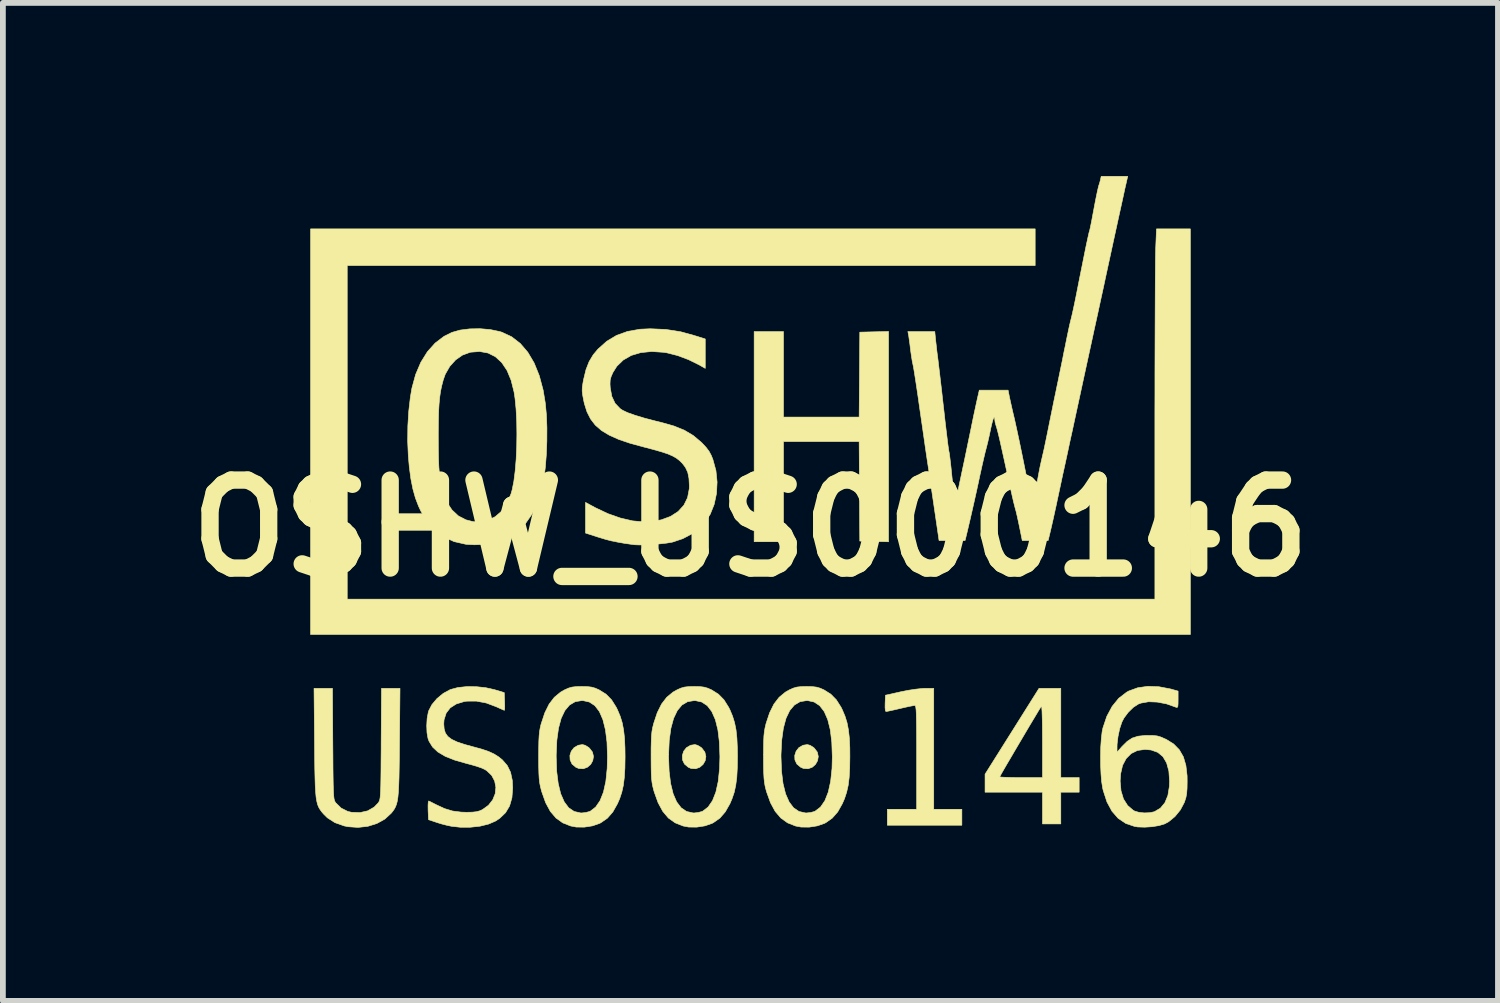
<source format=kicad_pcb>
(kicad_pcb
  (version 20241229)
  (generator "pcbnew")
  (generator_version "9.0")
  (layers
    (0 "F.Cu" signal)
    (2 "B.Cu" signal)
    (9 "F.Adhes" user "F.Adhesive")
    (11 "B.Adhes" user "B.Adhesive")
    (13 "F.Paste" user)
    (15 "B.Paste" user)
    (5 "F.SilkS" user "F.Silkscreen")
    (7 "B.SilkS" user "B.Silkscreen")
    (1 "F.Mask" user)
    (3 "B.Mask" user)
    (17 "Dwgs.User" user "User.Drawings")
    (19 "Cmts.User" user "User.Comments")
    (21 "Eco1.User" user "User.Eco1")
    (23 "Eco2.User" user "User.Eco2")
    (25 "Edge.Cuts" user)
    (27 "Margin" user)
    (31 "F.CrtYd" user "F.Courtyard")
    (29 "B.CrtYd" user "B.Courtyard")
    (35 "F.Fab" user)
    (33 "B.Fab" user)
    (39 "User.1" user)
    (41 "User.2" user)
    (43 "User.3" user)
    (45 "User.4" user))
  (footprint "OSHW_US000146"
    (layer "F.Cu")
    (at 9.95 6.101)
    (property "Reference" "OSHW_US000146" (at 0 0 0) (layer "F.SilkS") (effects (font (size 1.524 1.524) (thickness 0.3))))
    (attr through_hole)
    (fp_poly (pts (xy 2.392 0.234) (xy 2.143 0.228) (xy 1.894 0.222) (xy 1.883 -1.503) (xy 0.572 -1.503) (xy 0.572 0.233) (xy 0.064 0.233) (xy 0.064 -3.408) (xy 0.572 -3.408) (xy 0.572 -1.926) (xy 1.883 -1.926) (xy 1.889 -2.662) (xy 1.894 -3.397) (xy 2.143 -3.403) (xy 2.392 -3.409) (xy 2.392 0.234)) (stroke (width 0.01) (type solid)) (fill yes) (layer "F.SilkS"))
    (fp_poly (pts (xy -2.862 3.76) (xy -2.806 3.795) (xy -2.79 3.808) (xy -2.737 3.877) (xy -2.719 3.953) (xy -2.732 4.026) (xy -2.768 4.091) (xy -2.825 4.14) (xy -2.896 4.166) (xy -2.975 4.161) (xy -3.025 4.14) (xy -3.091 4.084) (xy -3.124 4.013) (xy -3.128 3.936) (xy -3.104 3.862) (xy -3.055 3.8) (xy -2.984 3.759) (xy -2.91 3.747) (xy -2.862 3.76)) (stroke (width 0.01) (type solid)) (fill yes) (layer "F.SilkS"))
    (fp_poly (pts (xy -0.915 3.76) (xy -0.858 3.795) (xy -0.842 3.808) (xy -0.79 3.877) (xy -0.772 3.953) (xy -0.784 4.026) (xy -0.821 4.091) (xy -0.878 4.14) (xy -0.948 4.166) (xy -1.028 4.161) (xy -1.077 4.14) (xy -1.143 4.084) (xy -1.177 4.013) (xy -1.18 3.936) (xy -1.157 3.862) (xy -1.108 3.8) (xy -1.037 3.759) (xy -0.962 3.747) (xy -0.915 3.76)) (stroke (width 0.01) (type solid)) (fill yes) (layer "F.SilkS"))
    (fp_poly (pts (xy 1.033 3.76) (xy 1.089 3.795) (xy 1.105 3.808) (xy 1.158 3.877) (xy 1.175 3.953) (xy 1.163 4.026) (xy 1.126 4.091) (xy 1.07 4.14) (xy 0.999 4.166) (xy 0.919 4.161) (xy 0.87 4.14) (xy 0.804 4.084) (xy 0.77 4.013) (xy 0.767 3.936) (xy 0.791 3.862) (xy 0.839 3.8) (xy 0.91 3.759) (xy 0.985 3.747) (xy 1.033 3.76)) (stroke (width 0.01) (type solid)) (fill yes) (layer "F.SilkS"))
    (fp_poly (pts (xy 4.932 -4.551) (xy -6.985 -4.551) (xy -6.985 1.228) (xy 7.006 1.228) (xy 7.006 -1.646) (xy 7.006 -1.998) (xy 7.007 -2.342) (xy 7.007 -2.677) (xy 7.008 -2.998) (xy 7.009 -3.303) (xy 7.01 -3.59) (xy 7.011 -3.855) (xy 7.012 -4.096) (xy 7.013 -4.309) (xy 7.015 -4.493) (xy 7.016 -4.643) (xy 7.018 -4.758) (xy 7.02 -4.835) (xy 7.02 -4.852) (xy 7.034 -5.186) (xy 7.62 -5.186) (xy 7.62 1.841) (xy -7.62 1.841) (xy -7.62 -5.186) (xy 4.932 -5.186) (xy 4.932 -4.551)) (stroke (width 0.01) (type solid)) (fill yes) (layer "F.SilkS"))
    (fp_poly (pts (xy 3.175 4.868) (xy 3.662 4.868) (xy 3.662 5.144) (xy 2.371 5.144) (xy 2.371 4.868) (xy 2.879 4.868) (xy 2.879 3.969) (xy 2.879 3.748) (xy 2.878 3.566) (xy 2.877 3.419) (xy 2.875 3.303) (xy 2.873 3.215) (xy 2.87 3.152) (xy 2.865 3.109) (xy 2.86 3.084) (xy 2.853 3.072) (xy 2.847 3.069) (xy 2.814 3.074) (xy 2.75 3.086) (xy 2.665 3.105) (xy 2.591 3.122) (xy 2.498 3.144) (xy 2.42 3.161) (xy 2.366 3.172) (xy 2.347 3.175) (xy 2.337 3.156) (xy 2.332 3.104) (xy 2.333 3.034) (xy 2.339 2.892) (xy 2.603 2.833) (xy 2.733 2.807) (xy 2.859 2.788) (xy 2.968 2.776) (xy 3.022 2.773) (xy 3.175 2.773) (xy 3.175 4.868)) (stroke (width 0.01) (type solid)) (fill yes) (layer "F.SilkS"))
    (fp_poly (pts (xy 5.376 4.318) (xy 5.694 4.318) (xy 5.694 4.572) (xy 5.376 4.572) (xy 5.376 5.122) (xy 5.059 5.122) (xy 5.059 4.572) (xy 4.064 4.572) (xy 4.064 4.307) (xy 4.318 4.307) (xy 4.338 4.31) (xy 4.394 4.313) (xy 4.478 4.316) (xy 4.584 4.318) (xy 4.688 4.318) (xy 5.059 4.318) (xy 5.059 3.689) (xy 5.058 3.532) (xy 5.057 3.391) (xy 5.054 3.27) (xy 5.051 3.175) (xy 5.047 3.111) (xy 5.043 3.082) (xy 5.041 3.081) (xy 5.026 3.104) (xy 4.992 3.158) (xy 4.945 3.237) (xy 4.885 3.337) (xy 4.816 3.452) (xy 4.743 3.576) (xy 4.666 3.706) (xy 4.59 3.835) (xy 4.518 3.958) (xy 4.452 4.07) (xy 4.396 4.166) (xy 4.353 4.241) (xy 4.326 4.29) (xy 4.318 4.307) (xy 4.064 4.307) (xy 4.064 4.26) (xy 4.532 3.516) (xy 4.999 2.773) (xy 5.376 2.773) (xy 5.376 4.318)) (stroke (width 0.01) (type solid)) (fill yes) (layer "F.SilkS"))
    (fp_poly (pts (xy -7.235 3.734) (xy -7.233 3.961) (xy -7.232 4.15) (xy -7.23 4.303) (xy -7.228 4.426) (xy -7.225 4.522) (xy -7.222 4.596) (xy -7.218 4.649) (xy -7.213 4.688) (xy -7.206 4.715) (xy -7.198 4.734) (xy -7.188 4.75) (xy -7.184 4.756) (xy -7.091 4.847) (xy -6.976 4.905) (xy -6.911 4.92) (xy -6.762 4.925) (xy -6.63 4.895) (xy -6.518 4.83) (xy -6.447 4.756) (xy -6.437 4.74) (xy -6.428 4.723) (xy -6.421 4.699) (xy -6.415 4.665) (xy -6.411 4.618) (xy -6.407 4.552) (xy -6.404 4.465) (xy -6.402 4.352) (xy -6.4 4.21) (xy -6.399 4.035) (xy -6.397 3.823) (xy -6.397 3.734) (xy -6.391 2.773) (xy -6.071 2.773) (xy -6.08 3.709) (xy -6.082 3.95) (xy -6.085 4.152) (xy -6.088 4.319) (xy -6.093 4.457) (xy -6.099 4.568) (xy -6.107 4.656) (xy -6.118 4.727) (xy -6.132 4.782) (xy -6.15 4.828) (xy -6.171 4.867) (xy -6.197 4.904) (xy -6.224 4.937) (xy -6.334 5.038) (xy -6.471 5.114) (xy -6.628 5.163) (xy -6.797 5.182) (xy -6.97 5.17) (xy -7.038 5.156) (xy -7.199 5.099) (xy -7.328 5.016) (xy -7.396 4.949) (xy -7.429 4.91) (xy -7.456 4.872) (xy -7.479 4.833) (xy -7.498 4.787) (xy -7.512 4.73) (xy -7.524 4.66) (xy -7.532 4.572) (xy -7.539 4.461) (xy -7.543 4.324) (xy -7.547 4.157) (xy -7.549 3.956) (xy -7.551 3.716) (xy -7.551 3.709) (xy -7.56 2.773) (xy -7.241 2.773) (xy -7.235 3.734)) (stroke (width 0.01) (type solid)) (fill yes) (layer "F.SilkS"))
    (fp_poly (pts (xy -2.823 2.743) (xy -2.751 2.752) (xy -2.688 2.77) (xy -2.621 2.8) (xy -2.502 2.874) (xy -2.406 2.972) (xy -2.325 3.101) (xy -2.304 3.144) (xy -2.257 3.255) (xy -2.222 3.368) (xy -2.198 3.492) (xy -2.182 3.633) (xy -2.174 3.802) (xy -2.172 3.958) (xy -2.175 4.154) (xy -2.185 4.316) (xy -2.202 4.453) (xy -2.229 4.573) (xy -2.266 4.685) (xy -2.304 4.772) (xy -2.384 4.914) (xy -2.477 5.021) (xy -2.59 5.1) (xy -2.612 5.112) (xy -2.736 5.155) (xy -2.877 5.177) (xy -3.017 5.176) (xy -3.113 5.158) (xy -3.252 5.103) (xy -3.369 5.019) (xy -3.467 4.904) (xy -3.548 4.754) (xy -3.614 4.568) (xy -3.624 4.533) (xy -3.64 4.469) (xy -3.652 4.405) (xy -3.66 4.334) (xy -3.665 4.246) (xy -3.668 4.135) (xy -3.669 3.991) (xy -3.669 3.958) (xy -3.365 3.958) (xy -3.357 4.208) (xy -3.33 4.422) (xy -3.287 4.6) (xy -3.226 4.739) (xy -3.149 4.842) (xy -3.054 4.906) (xy -2.944 4.931) (xy -2.925 4.932) (xy -2.852 4.924) (xy -2.786 4.906) (xy -2.774 4.901) (xy -2.681 4.829) (xy -2.605 4.718) (xy -2.546 4.57) (xy -2.505 4.384) (xy -2.482 4.161) (xy -2.477 3.958) (xy -2.485 3.707) (xy -2.512 3.492) (xy -2.556 3.315) (xy -2.617 3.175) (xy -2.695 3.073) (xy -2.791 3.01) (xy -2.903 2.985) (xy -2.921 2.985) (xy -3.036 3.004) (xy -3.134 3.062) (xy -3.215 3.158) (xy -3.279 3.292) (xy -3.325 3.464) (xy -3.354 3.673) (xy -3.365 3.92) (xy -3.365 3.958) (xy -3.669 3.958) (xy -3.668 3.807) (xy -3.666 3.69) (xy -3.661 3.598) (xy -3.654 3.524) (xy -3.643 3.46) (xy -3.628 3.396) (xy -3.624 3.383) (xy -3.562 3.196) (xy -3.487 3.045) (xy -3.397 2.928) (xy -3.288 2.838) (xy -3.221 2.8) (xy -3.152 2.769) (xy -3.089 2.751) (xy -3.017 2.743) (xy -2.921 2.741) (xy -2.823 2.743)) (stroke (width 0.01) (type solid)) (fill yes) (layer "F.SilkS"))
    (fp_poly (pts (xy -0.876 2.743) (xy -0.803 2.752) (xy -0.741 2.77) (xy -0.673 2.8) (xy -0.555 2.874) (xy -0.459 2.972) (xy -0.378 3.101) (xy -0.356 3.144) (xy -0.31 3.255) (xy -0.275 3.368) (xy -0.25 3.492) (xy -0.235 3.633) (xy -0.227 3.802) (xy -0.225 3.958) (xy -0.228 4.154) (xy -0.237 4.316) (xy -0.255 4.453) (xy -0.281 4.573) (xy -0.319 4.685) (xy -0.356 4.772) (xy -0.437 4.914) (xy -0.53 5.021) (xy -0.642 5.1) (xy -0.665 5.112) (xy -0.788 5.155) (xy -0.93 5.177) (xy -1.07 5.176) (xy -1.165 5.158) (xy -1.304 5.103) (xy -1.422 5.019) (xy -1.519 4.904) (xy -1.6 4.754) (xy -1.667 4.568) (xy -1.677 4.533) (xy -1.693 4.469) (xy -1.705 4.405) (xy -1.713 4.334) (xy -1.718 4.246) (xy -1.72 4.135) (xy -1.721 3.991) (xy -1.721 3.958) (xy -1.418 3.958) (xy -1.409 4.208) (xy -1.383 4.422) (xy -1.339 4.6) (xy -1.279 4.739) (xy -1.201 4.842) (xy -1.107 4.906) (xy -0.996 4.931) (xy -0.978 4.932) (xy -0.905 4.924) (xy -0.838 4.906) (xy -0.827 4.901) (xy -0.733 4.829) (xy -0.657 4.718) (xy -0.599 4.57) (xy -0.558 4.384) (xy -0.535 4.161) (xy -0.529 3.958) (xy -0.538 3.707) (xy -0.564 3.492) (xy -0.608 3.315) (xy -0.67 3.175) (xy -0.748 3.073) (xy -0.844 3.01) (xy -0.956 2.985) (xy -0.974 2.985) (xy -1.089 3.004) (xy -1.187 3.062) (xy -1.267 3.158) (xy -1.331 3.292) (xy -1.378 3.464) (xy -1.407 3.673) (xy -1.418 3.92) (xy -1.418 3.958) (xy -1.721 3.958) (xy -1.721 3.807) (xy -1.718 3.69) (xy -1.714 3.598) (xy -1.707 3.524) (xy -1.696 3.46) (xy -1.68 3.396) (xy -1.677 3.383) (xy -1.615 3.196) (xy -1.54 3.045) (xy -1.45 2.928) (xy -1.341 2.838) (xy -1.274 2.8) (xy -1.205 2.769) (xy -1.142 2.751) (xy -1.069 2.743) (xy -0.974 2.741) (xy -0.876 2.743)) (stroke (width 0.01) (type solid)) (fill yes) (layer "F.SilkS"))
    (fp_poly (pts (xy 1.072 2.743) (xy 1.144 2.752) (xy 1.207 2.77) (xy 1.274 2.8) (xy 1.392 2.874) (xy 1.488 2.972) (xy 1.57 3.101) (xy 1.591 3.144) (xy 1.638 3.255) (xy 1.673 3.368) (xy 1.697 3.492) (xy 1.713 3.633) (xy 1.721 3.802) (xy 1.722 3.958) (xy 1.719 4.154) (xy 1.71 4.316) (xy 1.693 4.453) (xy 1.666 4.573) (xy 1.629 4.685) (xy 1.591 4.772) (xy 1.511 4.914) (xy 1.417 5.021) (xy 1.305 5.1) (xy 1.282 5.112) (xy 1.159 5.155) (xy 1.018 5.177) (xy 0.877 5.176) (xy 0.782 5.158) (xy 0.643 5.103) (xy 0.526 5.019) (xy 0.428 4.904) (xy 0.347 4.754) (xy 0.28 4.568) (xy 0.27 4.533) (xy 0.254 4.469) (xy 0.243 4.405) (xy 0.235 4.334) (xy 0.23 4.246) (xy 0.227 4.135) (xy 0.226 3.991) (xy 0.226 3.958) (xy 0.529 3.958) (xy 0.538 4.208) (xy 0.564 4.422) (xy 0.608 4.6) (xy 0.669 4.739) (xy 0.746 4.842) (xy 0.84 4.906) (xy 0.951 4.931) (xy 0.969 4.932) (xy 1.043 4.924) (xy 1.109 4.906) (xy 1.12 4.901) (xy 1.214 4.829) (xy 1.29 4.718) (xy 1.348 4.57) (xy 1.389 4.384) (xy 1.413 4.161) (xy 1.418 3.958) (xy 1.409 3.707) (xy 1.383 3.492) (xy 1.339 3.315) (xy 1.278 3.175) (xy 1.199 3.073) (xy 1.104 3.01) (xy 0.991 2.985) (xy 0.974 2.985) (xy 0.859 3.004) (xy 0.761 3.062) (xy 0.68 3.158) (xy 0.616 3.292) (xy 0.57 3.464) (xy 0.541 3.673) (xy 0.529 3.92) (xy 0.529 3.958) (xy 0.226 3.958) (xy 0.227 3.807) (xy 0.229 3.69) (xy 0.233 3.598) (xy 0.241 3.524) (xy 0.252 3.46) (xy 0.267 3.396) (xy 0.27 3.383) (xy 0.332 3.196) (xy 0.407 3.045) (xy 0.497 2.928) (xy 0.606 2.838) (xy 0.673 2.8) (xy 0.743 2.769) (xy 0.805 2.751) (xy 0.878 2.743) (xy 0.974 2.741) (xy 1.072 2.743)) (stroke (width 0.01) (type solid)) (fill yes) (layer "F.SilkS"))
    (fp_poly (pts (xy -4.751 2.744) (xy -4.585 2.762) (xy -4.434 2.796) (xy -4.265 2.847) (xy -4.259 3) (xy -4.257 3.075) (xy -4.258 3.129) (xy -4.262 3.153) (xy -4.262 3.154) (xy -4.285 3.145) (xy -4.335 3.123) (xy -4.401 3.093) (xy -4.403 3.092) (xy -4.576 3.027) (xy -4.749 2.994) (xy -4.913 2.995) (xy -4.957 3.001) (xy -5.095 3.043) (xy -5.2 3.11) (xy -5.271 3.202) (xy -5.308 3.318) (xy -5.313 3.39) (xy -5.306 3.476) (xy -5.285 3.547) (xy -5.243 3.606) (xy -5.176 3.657) (xy -5.081 3.702) (xy -4.952 3.745) (xy -4.802 3.786) (xy -4.652 3.827) (xy -4.535 3.867) (xy -4.442 3.91) (xy -4.364 3.959) (xy -4.298 4.012) (xy -4.213 4.11) (xy -4.156 4.226) (xy -4.126 4.366) (xy -4.119 4.498) (xy -4.132 4.669) (xy -4.173 4.811) (xy -4.243 4.928) (xy -4.346 5.026) (xy -4.416 5.072) (xy -4.536 5.124) (xy -4.686 5.161) (xy -4.853 5.179) (xy -5.029 5.179) (xy -5.18 5.162) (xy -5.261 5.145) (xy -5.357 5.12) (xy -5.434 5.096) (xy -5.577 5.048) (xy -5.584 4.882) (xy -5.585 4.806) (xy -5.582 4.75) (xy -5.575 4.724) (xy -5.573 4.724) (xy -5.546 4.737) (xy -5.495 4.763) (xy -5.45 4.786) (xy -5.3 4.856) (xy -5.16 4.898) (xy -5.013 4.917) (xy -4.921 4.92) (xy -4.819 4.918) (xy -4.745 4.91) (xy -4.687 4.894) (xy -4.643 4.874) (xy -4.539 4.799) (xy -4.465 4.705) (xy -4.422 4.599) (xy -4.41 4.488) (xy -4.431 4.379) (xy -4.483 4.281) (xy -4.569 4.199) (xy -4.604 4.177) (xy -4.659 4.152) (xy -4.743 4.123) (xy -4.843 4.094) (xy -4.92 4.074) (xy -5.123 4.016) (xy -5.287 3.951) (xy -5.414 3.876) (xy -5.506 3.79) (xy -5.567 3.691) (xy -5.585 3.644) (xy -5.603 3.543) (xy -5.608 3.421) (xy -5.601 3.296) (xy -5.581 3.187) (xy -5.574 3.163) (xy -5.518 3.055) (xy -5.431 2.951) (xy -5.322 2.861) (xy -5.203 2.796) (xy -5.196 2.793) (xy -5.069 2.759) (xy -4.917 2.743) (xy -4.751 2.744)) (stroke (width 0.01) (type solid)) (fill yes) (layer "F.SilkS"))
    (fp_poly (pts (xy 7.075 2.745) (xy 7.274 2.783) (xy 7.286 2.786) (xy 7.408 2.821) (xy 7.408 2.968) (xy 7.407 3.045) (xy 7.403 3.088) (xy 7.392 3.104) (xy 7.374 3.101) (xy 7.371 3.1) (xy 7.208 3.042) (xy 7.047 3.011) (xy 6.897 3.005) (xy 6.767 3.028) (xy 6.72 3.045) (xy 6.632 3.102) (xy 6.545 3.187) (xy 6.471 3.286) (xy 6.435 3.355) (xy 6.396 3.471) (xy 6.367 3.607) (xy 6.351 3.741) (xy 6.35 3.785) (xy 6.35 3.879) (xy 6.437 3.78) (xy 6.526 3.692) (xy 6.614 3.634) (xy 6.714 3.602) (xy 6.839 3.589) (xy 6.88 3.589) (xy 6.975 3.59) (xy 7.044 3.597) (xy 7.106 3.615) (xy 7.177 3.646) (xy 7.204 3.658) (xy 7.331 3.737) (xy 7.428 3.836) (xy 7.499 3.959) (xy 7.543 4.109) (xy 7.564 4.29) (xy 7.565 4.392) (xy 7.563 4.508) (xy 7.556 4.596) (xy 7.543 4.667) (xy 7.521 4.734) (xy 7.515 4.751) (xy 7.447 4.879) (xy 7.354 4.993) (xy 7.245 5.083) (xy 7.175 5.121) (xy 7.078 5.15) (xy 6.956 5.17) (xy 6.828 5.178) (xy 6.709 5.174) (xy 6.654 5.165) (xy 6.501 5.113) (xy 6.37 5.025) (xy 6.262 4.901) (xy 6.176 4.742) (xy 6.112 4.546) (xy 6.102 4.505) (xy 6.085 4.398) (xy 6.083 4.381) (xy 6.404 4.381) (xy 6.419 4.548) (xy 6.462 4.69) (xy 6.534 4.803) (xy 6.631 4.886) (xy 6.657 4.9) (xy 6.729 4.921) (xy 6.823 4.931) (xy 6.919 4.927) (xy 6.999 4.91) (xy 6.999 4.909) (xy 7.101 4.849) (xy 7.179 4.755) (xy 7.231 4.629) (xy 7.257 4.471) (xy 7.26 4.381) (xy 7.248 4.206) (xy 7.209 4.065) (xy 7.146 3.957) (xy 7.056 3.882) (xy 6.941 3.841) (xy 6.835 3.831) (xy 6.704 3.849) (xy 6.594 3.903) (xy 6.508 3.99) (xy 6.446 4.107) (xy 6.412 4.255) (xy 6.404 4.381) (xy 6.083 4.381) (xy 6.073 4.263) (xy 6.066 4.109) (xy 6.065 3.948) (xy 6.068 3.789) (xy 6.078 3.645) (xy 6.092 3.524) (xy 6.105 3.461) (xy 6.173 3.258) (xy 6.266 3.085) (xy 6.38 2.945) (xy 6.515 2.841) (xy 6.554 2.819) (xy 6.708 2.763) (xy 6.884 2.738) (xy 7.075 2.745)) (stroke (width 0.01) (type solid)) (fill yes) (layer "F.SilkS"))
    (fp_poly (pts (xy -4.508 -3.442) (xy -4.346 -3.408) (xy -4.306 -3.396) (xy -4.137 -3.317) (xy -3.987 -3.201) (xy -3.857 -3.049) (xy -3.747 -2.863) (xy -3.658 -2.643) (xy -3.591 -2.392) (xy -3.554 -2.168) (xy -3.535 -1.967) (xy -3.526 -1.744) (xy -3.527 -1.511) (xy -3.536 -1.276) (xy -3.554 -1.051) (xy -3.58 -0.845) (xy -3.614 -0.669) (xy -3.62 -0.644) (xy -3.69 -0.434) (xy -3.785 -0.243) (xy -3.901 -0.077) (xy -4.036 0.061) (xy -4.185 0.167) (xy -4.345 0.235) (xy -4.368 0.242) (xy -4.492 0.266) (xy -4.637 0.281) (xy -4.783 0.286) (xy -4.911 0.279) (xy -4.932 0.277) (xy -5.134 0.231) (xy -5.312 0.151) (xy -5.466 0.037) (xy -5.599 -0.113) (xy -5.711 -0.3) (xy -5.749 -0.381) (xy -5.804 -0.525) (xy -5.848 -0.682) (xy -5.883 -0.859) (xy -5.91 -1.064) (xy -5.927 -1.261) (xy -5.938 -1.509) (xy -5.937 -1.587) (xy -5.408 -1.587) (xy -5.407 -1.38) (xy -5.404 -1.207) (xy -5.398 -1.064) (xy -5.388 -0.942) (xy -5.374 -0.836) (xy -5.356 -0.737) (xy -5.332 -0.64) (xy -5.322 -0.606) (xy -5.259 -0.449) (xy -5.17 -0.317) (xy -5.06 -0.214) (xy -4.931 -0.147) (xy -4.928 -0.146) (xy -4.804 -0.114) (xy -4.69 -0.11) (xy -4.566 -0.135) (xy -4.553 -0.139) (xy -4.422 -0.2) (xy -4.309 -0.297) (xy -4.218 -0.43) (xy -4.148 -0.596) (xy -4.128 -0.666) (xy -4.099 -0.811) (xy -4.076 -0.99) (xy -4.059 -1.193) (xy -4.049 -1.41) (xy -4.046 -1.633) (xy -4.049 -1.854) (xy -4.06 -2.062) (xy -4.078 -2.248) (xy -4.095 -2.36) (xy -4.146 -2.564) (xy -4.217 -2.734) (xy -4.309 -2.871) (xy -4.419 -2.972) (xy -4.547 -3.036) (xy -4.69 -3.062) (xy -4.848 -3.05) (xy -4.857 -3.048) (xy -4.988 -3) (xy -5.107 -2.917) (xy -5.209 -2.804) (xy -5.287 -2.668) (xy -5.321 -2.572) (xy -5.347 -2.473) (xy -5.368 -2.375) (xy -5.383 -2.271) (xy -5.394 -2.154) (xy -5.402 -2.018) (xy -5.406 -1.856) (xy -5.408 -1.661) (xy -5.408 -1.587) (xy -5.937 -1.587) (xy -5.935 -1.77) (xy -5.919 -2.029) (xy -5.891 -2.272) (xy -5.864 -2.43) (xy -5.8 -2.664) (xy -5.71 -2.875) (xy -5.597 -3.057) (xy -5.462 -3.208) (xy -5.308 -3.325) (xy -5.171 -3.393) (xy -5.03 -3.433) (xy -4.863 -3.454) (xy -4.684 -3.457) (xy -4.508 -3.442)) (stroke (width 0.01) (type solid)) (fill yes) (layer "F.SilkS"))
    (fp_poly (pts (xy -1.465 -3.444) (xy -1.209 -3.404) (xy -0.979 -3.341) (xy -0.783 -3.279) (xy -0.783 -2.77) (xy -0.894 -2.833) (xy -1.073 -2.921) (xy -1.263 -2.992) (xy -1.447 -3.039) (xy -1.504 -3.048) (xy -1.712 -3.062) (xy -1.9 -3.043) (xy -2.065 -2.994) (xy -2.204 -2.914) (xy -2.315 -2.806) (xy -2.383 -2.698) (xy -2.414 -2.627) (xy -2.43 -2.567) (xy -2.433 -2.498) (xy -2.429 -2.435) (xy -2.402 -2.285) (xy -2.345 -2.164) (xy -2.257 -2.072) (xy -2.217 -2.045) (xy -2.129 -2.003) (xy -2.002 -1.958) (xy -1.841 -1.909) (xy -1.647 -1.858) (xy -1.543 -1.833) (xy -1.327 -1.772) (xy -1.145 -1.698) (xy -0.99 -1.606) (xy -0.856 -1.493) (xy -0.845 -1.483) (xy -0.77 -1.403) (xy -0.717 -1.333) (xy -0.678 -1.26) (xy -0.651 -1.192) (xy -0.598 -0.999) (xy -0.578 -0.801) (xy -0.588 -0.604) (xy -0.628 -0.415) (xy -0.697 -0.243) (xy -0.793 -0.093) (xy -0.864 -0.016) (xy -1.006 0.092) (xy -1.172 0.18) (xy -1.348 0.239) (xy -1.373 0.244) (xy -1.458 0.258) (xy -1.567 0.27) (xy -1.688 0.28) (xy -1.809 0.286) (xy -1.917 0.289) (xy -1.999 0.286) (xy -2.021 0.284) (xy -2.177 0.262) (xy -2.302 0.24) (xy -2.41 0.218) (xy -2.511 0.192) (xy -2.619 0.159) (xy -2.63 0.156) (xy -2.857 0.083) (xy -2.857 -0.448) (xy -2.683 -0.354) (xy -2.469 -0.253) (xy -2.253 -0.177) (xy -2.042 -0.128) (xy -1.845 -0.11) (xy -1.737 -0.113) (xy -1.545 -0.146) (xy -1.383 -0.206) (xy -1.252 -0.291) (xy -1.153 -0.4) (xy -1.089 -0.531) (xy -1.06 -0.683) (xy -1.058 -0.729) (xy -1.065 -0.863) (xy -1.086 -0.968) (xy -1.126 -1.054) (xy -1.18 -1.125) (xy -1.23 -1.174) (xy -1.286 -1.217) (xy -1.354 -1.255) (xy -1.44 -1.291) (xy -1.551 -1.327) (xy -1.692 -1.367) (xy -1.841 -1.406) (xy -2.081 -1.471) (xy -2.282 -1.539) (xy -2.447 -1.613) (xy -2.581 -1.694) (xy -2.688 -1.787) (xy -2.77 -1.894) (xy -2.832 -2.017) (xy -2.877 -2.159) (xy -2.89 -2.22) (xy -2.907 -2.31) (xy -2.915 -2.377) (xy -2.913 -2.44) (xy -2.902 -2.515) (xy -2.89 -2.579) (xy -2.849 -2.748) (xy -2.795 -2.886) (xy -2.724 -3.005) (xy -2.642 -3.103) (xy -2.49 -3.239) (xy -2.32 -3.341) (xy -2.129 -3.41) (xy -1.914 -3.448) (xy -1.736 -3.456) (xy -1.465 -3.444)) (stroke (width 0.01) (type solid)) (fill yes) (layer "F.SilkS"))
    (fp_poly (pts (xy 6.505 -5.964) (xy 6.485 -5.878) (xy 6.458 -5.752) (xy 6.422 -5.588) (xy 6.378 -5.389) (xy 6.327 -5.155) (xy 6.269 -4.889) (xy 6.244 -4.773) (xy 6.203 -4.585) (xy 6.161 -4.391) (xy 6.117 -4.185) (xy 6.068 -3.961) (xy 6.014 -3.711) (xy 5.952 -3.429) (xy 5.927 -3.313) (xy 5.853 -2.973) (xy 5.786 -2.665) (xy 5.724 -2.378) (xy 5.664 -2.101) (xy 5.61 -1.852) (xy 5.575 -1.689) (xy 5.534 -1.504) (xy 5.494 -1.315) (xy 5.456 -1.14) (xy 5.438 -1.058) (xy 5.406 -0.913) (xy 5.374 -0.762) (xy 5.343 -0.617) (xy 5.316 -0.492) (xy 5.302 -0.423) (xy 5.275 -0.301) (xy 5.246 -0.168) (xy 5.218 -0.045) (xy 5.204 0.016) (xy 5.157 0.212) (xy 4.708 0.212) (xy 4.66 -0.026) (xy 4.638 -0.13) (xy 4.617 -0.225) (xy 4.599 -0.301) (xy 4.588 -0.339) (xy 4.576 -0.385) (xy 4.556 -0.464) (xy 4.533 -0.565) (xy 4.507 -0.679) (xy 4.495 -0.73) (xy 4.464 -0.873) (xy 4.428 -1.038) (xy 4.391 -1.207) (xy 4.357 -1.361) (xy 4.351 -1.386) (xy 4.325 -1.504) (xy 4.3 -1.61) (xy 4.278 -1.697) (xy 4.262 -1.755) (xy 4.255 -1.774) (xy 4.238 -1.834) (xy 4.233 -1.878) (xy 4.229 -1.918) (xy 4.219 -1.92) (xy 4.203 -1.888) (xy 4.185 -1.825) (xy 4.164 -1.736) (xy 4.16 -1.714) (xy 4.137 -1.607) (xy 4.111 -1.492) (xy 4.086 -1.393) (xy 4.084 -1.386) (xy 4.064 -1.309) (xy 4.039 -1.203) (xy 4.011 -1.081) (xy 3.984 -0.958) (xy 3.98 -0.942) (xy 3.95 -0.8) (xy 3.915 -0.639) (xy 3.877 -0.469) (xy 3.839 -0.301) (xy 3.803 -0.144) (xy 3.771 -0.008) (xy 3.746 0.098) (xy 3.745 0.101) (xy 3.718 0.212) (xy 3.267 0.212) (xy 3.198 -0.259) (xy 3.172 -0.436) (xy 3.142 -0.638) (xy 3.112 -0.848) (xy 3.082 -1.048) (xy 3.058 -1.206) (xy 3.033 -1.375) (xy 3.005 -1.572) (xy 2.975 -1.78) (xy 2.945 -1.986) (xy 2.918 -2.174) (xy 2.913 -2.212) (xy 2.891 -2.362) (xy 2.87 -2.502) (xy 2.851 -2.626) (xy 2.835 -2.727) (xy 2.823 -2.797) (xy 2.817 -2.826) (xy 2.804 -2.886) (xy 2.79 -2.973) (xy 2.776 -3.07) (xy 2.772 -3.101) (xy 2.761 -3.194) (xy 2.749 -3.277) (xy 2.741 -3.336) (xy 2.738 -3.35) (xy 2.727 -3.408) (xy 3.193 -3.408) (xy 3.207 -3.265) (xy 3.217 -3.18) (xy 3.229 -3.07) (xy 3.244 -2.955) (xy 3.251 -2.9) (xy 3.26 -2.821) (xy 3.274 -2.708) (xy 3.29 -2.568) (xy 3.309 -2.409) (xy 3.328 -2.238) (xy 3.348 -2.063) (xy 3.353 -2.021) (xy 3.371 -1.858) (xy 3.389 -1.708) (xy 3.405 -1.576) (xy 3.418 -1.467) (xy 3.429 -1.387) (xy 3.436 -1.341) (xy 3.438 -1.333) (xy 3.444 -1.302) (xy 3.453 -1.237) (xy 3.464 -1.146) (xy 3.476 -1.038) (xy 3.481 -0.984) (xy 3.497 -0.832) (xy 3.51 -0.717) (xy 3.521 -0.635) (xy 3.53 -0.58) (xy 3.538 -0.547) (xy 3.547 -0.532) (xy 3.553 -0.529) (xy 3.567 -0.548) (xy 3.583 -0.596) (xy 3.593 -0.64) (xy 3.605 -0.696) (xy 3.623 -0.784) (xy 3.647 -0.897) (xy 3.674 -1.025) (xy 3.703 -1.16) (xy 3.704 -1.164) (xy 3.735 -1.313) (xy 3.767 -1.468) (xy 3.798 -1.617) (xy 3.825 -1.747) (xy 3.842 -1.831) (xy 3.866 -1.948) (xy 3.892 -2.068) (xy 3.915 -2.175) (xy 3.929 -2.238) (xy 3.964 -2.392) (xy 4.463 -2.392) (xy 4.487 -2.27) (xy 4.505 -2.188) (xy 4.528 -2.085) (xy 4.551 -1.985) (xy 4.553 -1.979) (xy 4.58 -1.863) (xy 4.614 -1.708) (xy 4.655 -1.517) (xy 4.701 -1.294) (xy 4.752 -1.042) (xy 4.785 -0.878) (xy 4.808 -0.766) (xy 4.829 -0.666) (xy 4.846 -0.588) (xy 4.857 -0.54) (xy 4.86 -0.529) (xy 4.876 -0.51) (xy 4.896 -0.531) (xy 4.919 -0.593) (xy 4.944 -0.693) (xy 4.972 -0.831) (xy 4.974 -0.84) (xy 4.995 -0.955) (xy 5.017 -1.067) (xy 5.038 -1.162) (xy 5.053 -1.228) (xy 5.067 -1.288) (xy 5.088 -1.38) (xy 5.112 -1.494) (xy 5.138 -1.62) (xy 5.155 -1.704) (xy 5.186 -1.859) (xy 5.222 -2.035) (xy 5.258 -2.213) (xy 5.292 -2.373) (xy 5.3 -2.413) (xy 5.331 -2.561) (xy 5.366 -2.732) (xy 5.403 -2.91) (xy 5.436 -3.078) (xy 5.45 -3.143) (xy 5.476 -3.273) (xy 5.502 -3.397) (xy 5.525 -3.505) (xy 5.544 -3.587) (xy 5.555 -3.63) (xy 5.569 -3.688) (xy 5.589 -3.777) (xy 5.613 -3.888) (xy 5.638 -4.01) (xy 5.651 -4.075) (xy 5.703 -4.339) (xy 5.748 -4.562) (xy 5.785 -4.747) (xy 5.815 -4.895) (xy 5.839 -5.006) (xy 5.856 -5.083) (xy 5.866 -5.127) (xy 5.87 -5.138) (xy 5.877 -5.163) (xy 5.89 -5.223) (xy 5.908 -5.31) (xy 5.928 -5.418) (xy 5.946 -5.514) (xy 5.969 -5.636) (xy 5.991 -5.747) (xy 6.01 -5.838) (xy 6.025 -5.902) (xy 6.031 -5.927) (xy 6.051 -5.99) (xy 6.063 -6.038) (xy 6.076 -6.096) (xy 6.535 -6.096) (xy 6.505 -5.964)) (stroke (width 0.01) (type solid)) (fill yes) (layer "F.SilkS")))
  (gr_rect
    (start -3 -3)
    (end 22.899 14.288)
    (stroke (width 0.1) (type default))
    (fill no)
    (layer "Edge.Cuts")))
</source>
